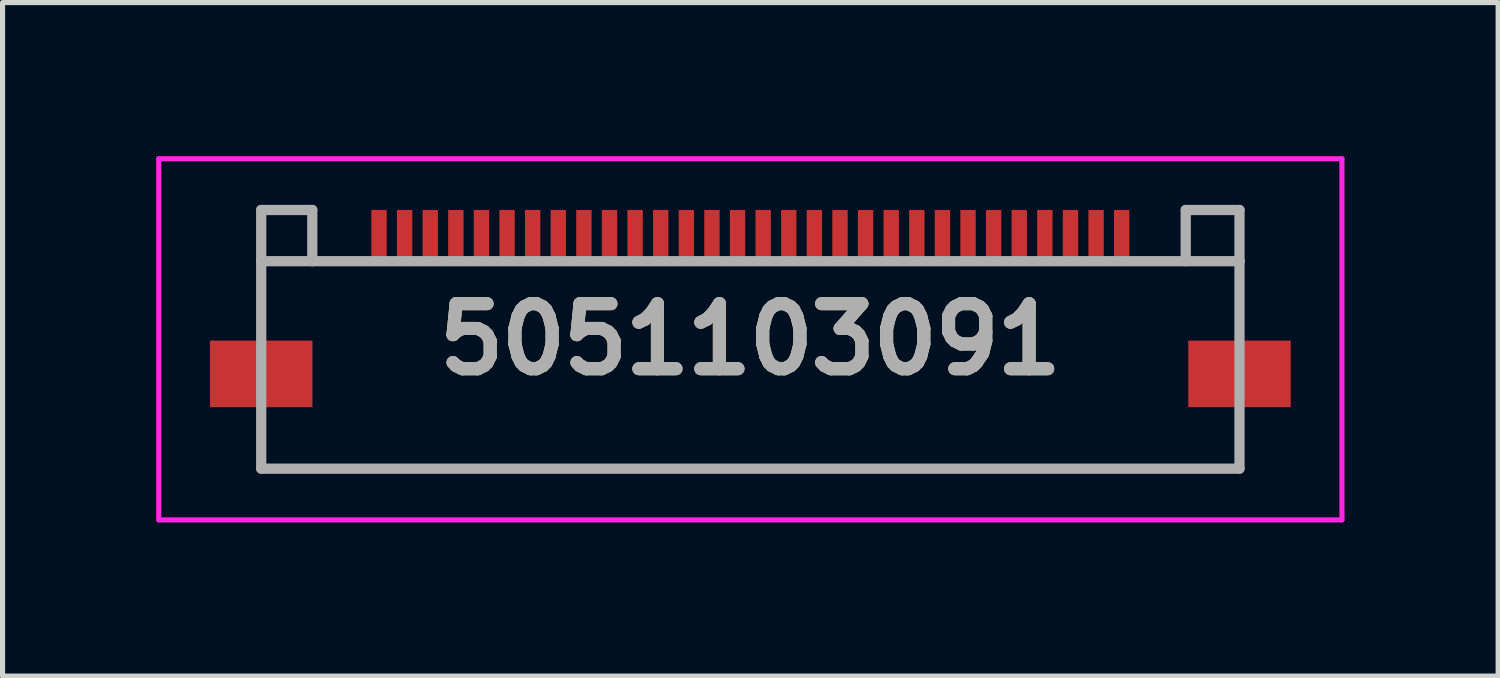
<source format=kicad_pcb>
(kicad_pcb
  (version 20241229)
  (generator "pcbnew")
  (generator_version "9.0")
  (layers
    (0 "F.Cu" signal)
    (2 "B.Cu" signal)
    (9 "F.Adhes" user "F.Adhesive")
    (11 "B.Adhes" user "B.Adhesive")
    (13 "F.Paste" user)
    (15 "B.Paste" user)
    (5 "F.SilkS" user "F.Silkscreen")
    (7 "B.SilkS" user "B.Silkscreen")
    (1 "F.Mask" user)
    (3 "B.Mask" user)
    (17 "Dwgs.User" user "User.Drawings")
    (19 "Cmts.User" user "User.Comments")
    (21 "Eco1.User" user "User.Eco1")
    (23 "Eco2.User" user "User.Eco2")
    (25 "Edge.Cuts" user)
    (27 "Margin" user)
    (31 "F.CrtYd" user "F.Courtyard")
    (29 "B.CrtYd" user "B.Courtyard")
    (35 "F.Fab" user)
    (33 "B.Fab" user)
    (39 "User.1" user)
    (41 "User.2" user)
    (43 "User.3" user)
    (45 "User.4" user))
  (footprint "5051103091"
    (layer "F.Cu")
    (at 11.6 3.575)
    (property "Reference" "5051103091" (at 0 0 0) (layer "F.SilkS") (effects (font (size 1.27 1.27) (thickness 0.254))))
    (attr smd)
    (fp_line (start -9.55 -1.525) (end -9.55 -0.525) (stroke (width 0.1) (type solid)) (layer "F.SilkS"))
    (fp_line (start -9.55 1.975) (end -9.55 2.475) (stroke (width 0.1) (type solid)) (layer "F.SilkS"))
    (fp_line (start -9.55 2.475) (end -9.55 2.525) (stroke (width 0.1) (type solid)) (layer "F.SilkS"))
    (fp_line (start -9.55 2.525) (end 9.55 2.525) (stroke (width 0.1) (type solid)) (layer "F.SilkS"))
    (fp_line (start -9.5 -1.525) (end -9.55 -1.525) (stroke (width 0.1) (type solid)) (layer "F.SilkS"))
    (fp_line (start -8 -1.525) (end -9.5 -1.525) (stroke (width 0.1) (type solid)) (layer "F.SilkS"))
    (fp_line (start 8 -1.525) (end 9.55 -1.525) (stroke (width 0.1) (type solid)) (layer "F.SilkS"))
    (fp_line (start 9.55 -1.525) (end 9.55 -0.525) (stroke (width 0.1) (type solid)) (layer "F.SilkS"))
    (fp_line (start 9.55 2.525) (end 9.55 1.975) (stroke (width 0.1) (type solid)) (layer "F.SilkS"))
    (fp_line (start -11.55 -3.525) (end 11.55 -3.525) (stroke (width 0.1) (type solid)) (layer "F.CrtYd"))
    (fp_line (start -11.55 3.525) (end -11.55 -3.525) (stroke (width 0.1) (type solid)) (layer "F.CrtYd"))
    (fp_line (start 11.55 -3.525) (end 11.55 3.525) (stroke (width 0.1) (type solid)) (layer "F.CrtYd"))
    (fp_line (start 11.55 3.525) (end -11.55 3.525) (stroke (width 0.1) (type solid)) (layer "F.CrtYd"))
    (fp_line (start -9.55 -2.525) (end -8.553 -2.525) (stroke (width 0.2) (type solid)) (layer "F.Fab"))
    (fp_line (start -9.55 -1.525) (end -9.55 -2.525) (stroke (width 0.2) (type solid)) (layer "F.Fab"))
    (fp_line (start -9.55 -1.525) (end 9.55 -1.525) (stroke (width 0.2) (type solid)) (layer "F.Fab"))
    (fp_line (start -9.55 2.525) (end -9.55 -1.525) (stroke (width 0.2) (type solid)) (layer "F.Fab"))
    (fp_line (start -8.553 -2.525) (end -8.553 -1.525) (stroke (width 0.2) (type solid)) (layer "F.Fab"))
    (fp_line (start 8.5 -2.525) (end 8.5 -1.525) (stroke (width 0.2) (type solid)) (layer "F.Fab"))
    (fp_line (start 9.55 -2.525) (end 8.5 -2.525) (stroke (width 0.2) (type solid)) (layer "F.Fab"))
    (fp_line (start 9.55 -1.525) (end 9.55 -2.525) (stroke (width 0.2) (type solid)) (layer "F.Fab"))
    (fp_line (start 9.55 -1.525) (end 9.55 2.525) (stroke (width 0.2) (type solid)) (layer "F.Fab"))
    (fp_line (start 9.55 2.525) (end -9.55 2.525) (stroke (width 0.2) (type solid)) (layer "F.Fab"))
    (fp_text user "${REFERENCE}" (at 0 0 0) (layer "F.Fab") (effects (font (size 1.27 1.27) (thickness 0.254))))
    (pad "1" smd rect (at -7.25 -2.025) (size 0.3 1) (layers "F.Cu" "F.Mask" "F.Paste"))
    (pad "2" smd rect (at -6.75 -2.025) (size 0.3 1) (layers "F.Cu" "F.Mask" "F.Paste"))
    (pad "3" smd rect (at -6.25 -2.025) (size 0.3 1) (layers "F.Cu" "F.Mask" "F.Paste"))
    (pad "4" smd rect (at -5.75 -2.025) (size 0.3 1) (layers "F.Cu" "F.Mask" "F.Paste"))
    (pad "5" smd rect (at -5.25 -2.025) (size 0.3 1) (layers "F.Cu" "F.Mask" "F.Paste"))
    (pad "6" smd rect (at -4.75 -2.025) (size 0.3 1) (layers "F.Cu" "F.Mask" "F.Paste"))
    (pad "7" smd rect (at -4.25 -2.025) (size 0.3 1) (layers "F.Cu" "F.Mask" "F.Paste"))
    (pad "8" smd rect (at -3.75 -2.025) (size 0.3 1) (layers "F.Cu" "F.Mask" "F.Paste"))
    (pad "9" smd rect (at -3.25 -2.025) (size 0.3 1) (layers "F.Cu" "F.Mask" "F.Paste"))
    (pad "10" smd rect (at -2.75 -2.025) (size 0.3 1) (layers "F.Cu" "F.Mask" "F.Paste"))
    (pad "11" smd rect (at -2.25 -2.025) (size 0.3 1) (layers "F.Cu" "F.Mask" "F.Paste"))
    (pad "12" smd rect (at -1.75 -2.025) (size 0.3 1) (layers "F.Cu" "F.Mask" "F.Paste"))
    (pad "13" smd rect (at -1.25 -2.025) (size 0.3 1) (layers "F.Cu" "F.Mask" "F.Paste"))
    (pad "14" smd rect (at -0.75 -2.025) (size 0.3 1) (layers "F.Cu" "F.Mask" "F.Paste"))
    (pad "15" smd rect (at -0.25 -2.025) (size 0.3 1) (layers "F.Cu" "F.Mask" "F.Paste"))
    (pad "16" smd rect (at 0.25 -2.025) (size 0.3 1) (layers "F.Cu" "F.Mask" "F.Paste"))
    (pad "17" smd rect (at 0.75 -2.025) (size 0.3 1) (layers "F.Cu" "F.Mask" "F.Paste"))
    (pad "18" smd rect (at 1.25 -2.025) (size 0.3 1) (layers "F.Cu" "F.Mask" "F.Paste"))
    (pad "19" smd rect (at 1.75 -2.025) (size 0.3 1) (layers "F.Cu" "F.Mask" "F.Paste"))
    (pad "20" smd rect (at 2.25 -2.025) (size 0.3 1) (layers "F.Cu" "F.Mask" "F.Paste"))
    (pad "21" smd rect (at 2.75 -2.025) (size 0.3 1) (layers "F.Cu" "F.Mask" "F.Paste"))
    (pad "22" smd rect (at 3.25 -2.025) (size 0.3 1) (layers "F.Cu" "F.Mask" "F.Paste"))
    (pad "23" smd rect (at 3.75 -2.025) (size 0.3 1) (layers "F.Cu" "F.Mask" "F.Paste"))
    (pad "24" smd rect (at 4.25 -2.025) (size 0.3 1) (layers "F.Cu" "F.Mask" "F.Paste"))
    (pad "25" smd rect (at 4.75 -2.025) (size 0.3 1) (layers "F.Cu" "F.Mask" "F.Paste"))
    (pad "26" smd rect (at 5.25 -2.025) (size 0.3 1) (layers "F.Cu" "F.Mask" "F.Paste"))
    (pad "27" smd rect (at 5.75 -2.025) (size 0.3 1) (layers "F.Cu" "F.Mask" "F.Paste"))
    (pad "28" smd rect (at 6.25 -2.025) (size 0.3 1) (layers "F.Cu" "F.Mask" "F.Paste"))
    (pad "29" smd rect (at 6.75 -2.025) (size 0.3 1) (layers "F.Cu" "F.Mask" "F.Paste"))
    (pad "30" smd rect (at 7.25 -2.025) (size 0.3 1) (layers "F.Cu" "F.Mask" "F.Paste"))
    (pad "MP1" smd rect (at -9.55 0.675 90) (size 1.3 2) (layers "F.Cu" "F.Mask" "F.Paste"))
    (pad "MP2" smd rect (at 9.55 0.675 90) (size 1.3 2) (layers "F.Cu" "F.Mask" "F.Paste")))
  (gr_rect
    (start -3 -3)
    (end 26.2 10.15)
    (stroke (width 0.1) (type default))
    (fill no)
    (layer "Edge.Cuts")))
</source>
